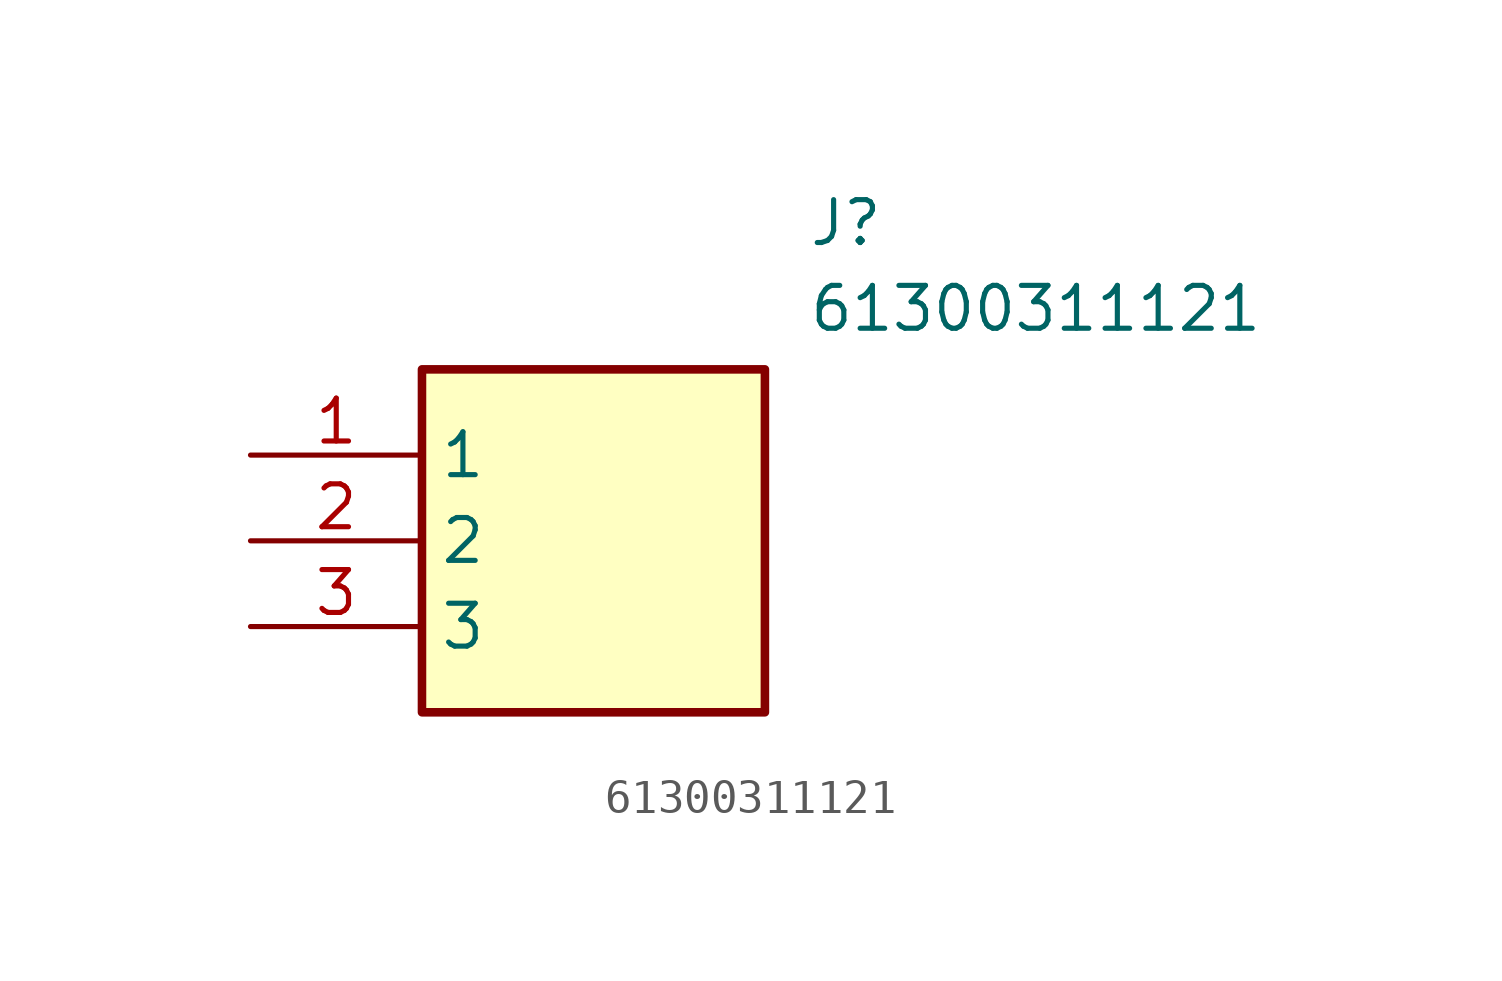
<source format=kicad_sym>
(kicad_symbol_lib
  (version 20211014)
  (generator SamacSys_ECAD_Model)
  (symbol "61300311121"
    (property "Reference" "J"
      (at 16.51 7.62 0)
      (effects (font (size 1.27 1.27)) (justify left top)))
    (property "Value" "61300311121"
      (at 16.51 5.08 0)
      (effects (font (size 1.27 1.27)) (justify left top)))
    (rectangle
      (start 5.08 2.54)
      (end 15.24 -7.62)
      (stroke (width 0.254) (type default))
      (fill (type background)))
    (pin passive line
      (at 0 0 0)
      (length 5.08)
      (name "1" (effects (font (size 1.27 1.27))))
      (number "1" (effects (font (size 1.27 1.27)))))
    (pin passive line
      (at 0 -2.54 0)
      (length 5.08)
      (name "2" (effects (font (size 1.27 1.27))))
      (number "2" (effects (font (size 1.27 1.27)))))
    (pin passive line
      (at 0 -5.08 0)
      (length 5.08)
      (name "3" (effects (font (size 1.27 1.27))))
      (number "3" (effects (font (size 1.27 1.27)))))))
</source>
